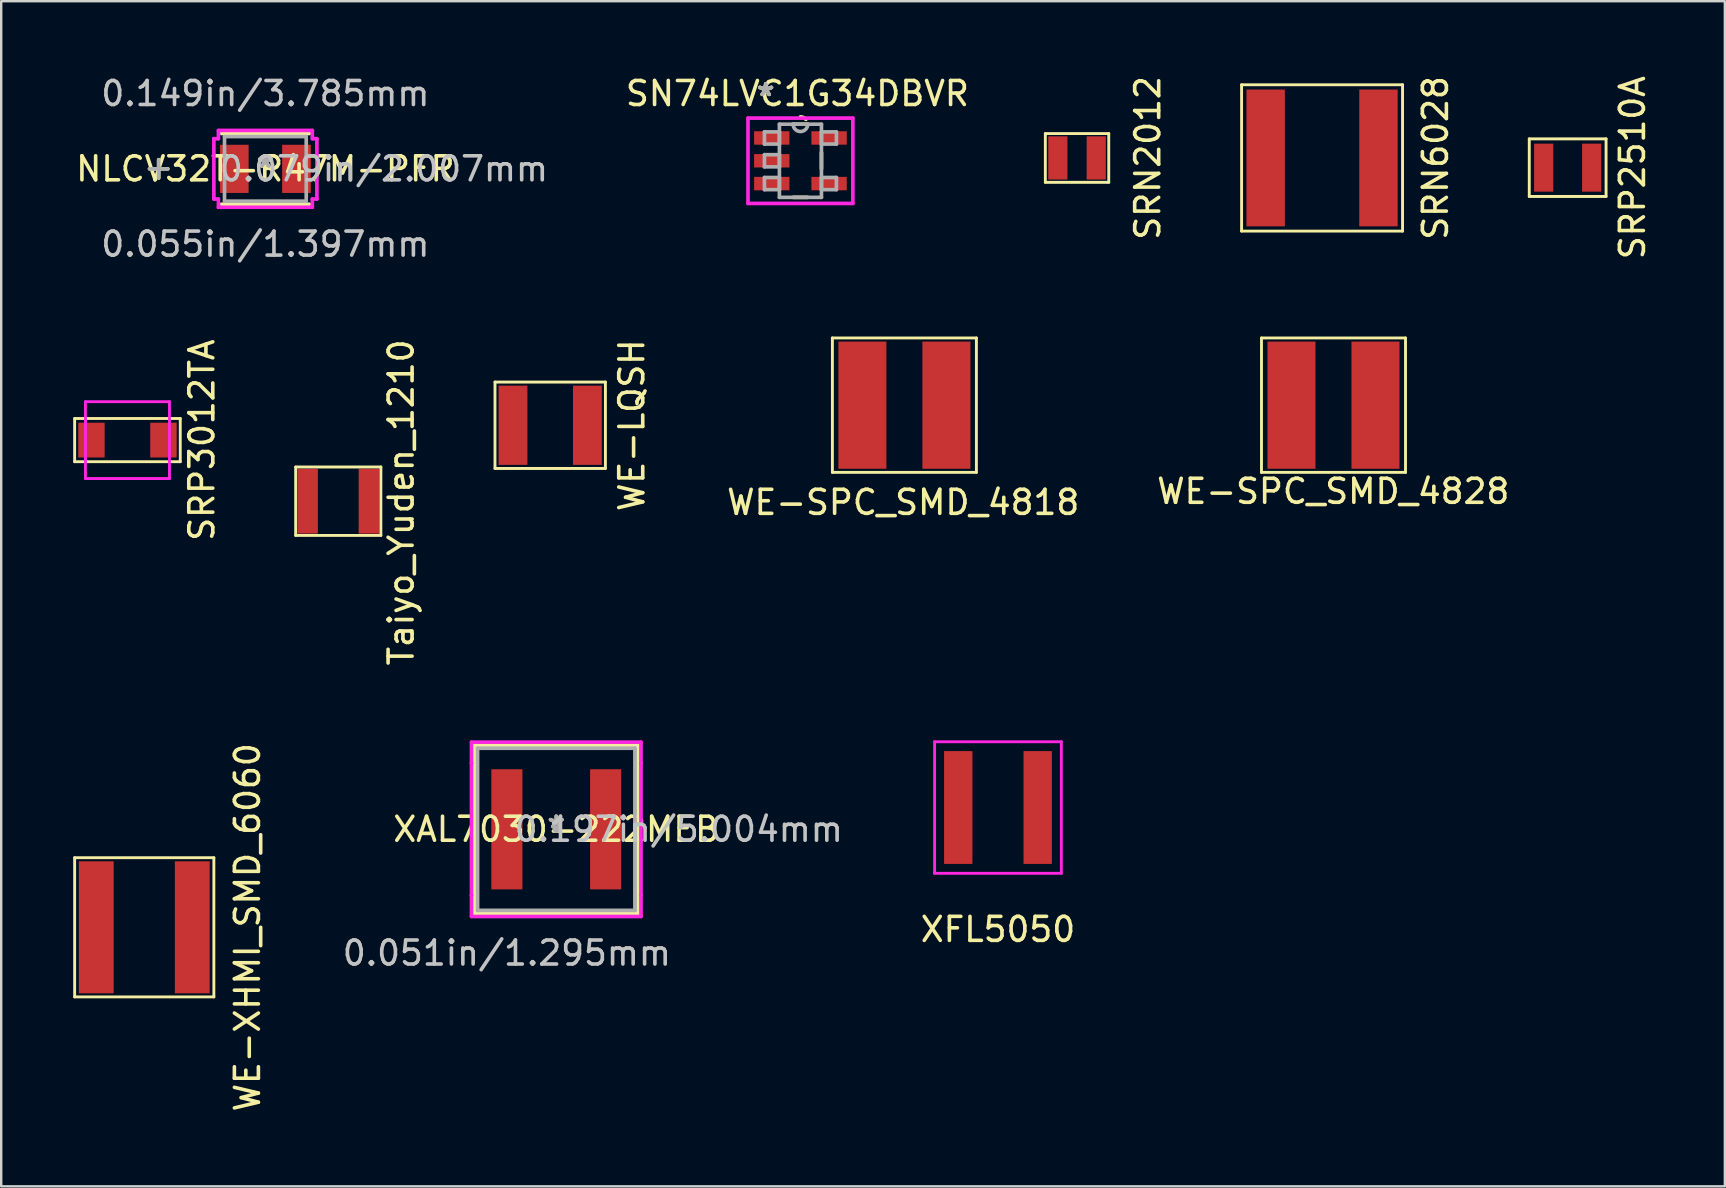
<source format=kicad_pcb>
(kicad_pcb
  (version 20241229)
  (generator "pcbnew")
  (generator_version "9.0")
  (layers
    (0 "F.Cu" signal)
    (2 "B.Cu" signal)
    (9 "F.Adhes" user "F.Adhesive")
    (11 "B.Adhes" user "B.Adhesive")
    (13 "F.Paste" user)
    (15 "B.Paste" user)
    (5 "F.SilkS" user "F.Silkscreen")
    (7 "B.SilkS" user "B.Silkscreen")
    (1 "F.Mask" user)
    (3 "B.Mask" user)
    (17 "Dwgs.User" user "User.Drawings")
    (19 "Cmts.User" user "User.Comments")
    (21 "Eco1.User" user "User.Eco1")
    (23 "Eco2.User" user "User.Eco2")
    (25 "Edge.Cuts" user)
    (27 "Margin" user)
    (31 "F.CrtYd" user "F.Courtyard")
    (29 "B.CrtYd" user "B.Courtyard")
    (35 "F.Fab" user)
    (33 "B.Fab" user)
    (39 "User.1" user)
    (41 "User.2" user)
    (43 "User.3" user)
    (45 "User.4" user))
  (footprint "WE-XHMI_SMD_6060"
    (layer "F.Cu")
    (at 2.96 35.583)
    (property "Reference" "WE-XHMI_SMD_6060" (at 4.3 0 90) (layer "F.SilkS") (effects (font (size 1 1) (thickness 0.15))))
    (attr through_hole)
    (fp_line (start -2.9 -2.9) (end 2.9 -2.9) (stroke (width 0.12) (type solid)) (layer "F.SilkS"))
    (fp_line (start -2.9 2.9) (end -2.9 -2.9) (stroke (width 0.12) (type solid)) (layer "F.SilkS"))
    (fp_line (start 2.9 -2.9) (end 2.9 2.9) (stroke (width 0.12) (type solid)) (layer "F.SilkS"))
    (fp_line (start 2.9 2.9) (end -2.9 2.9) (stroke (width 0.12) (type solid)) (layer "F.SilkS"))
    (pad "1" smd rect (at -2 0) (size 1.45 5.5) (layers "F.Cu" "F.Mask" "F.Paste"))
    (pad "2" smd rect (at 2 0) (size 1.45 5.5) (layers "F.Cu" "F.Mask" "F.Paste")))
  (footprint "WE-SPC_SMD_4828"
    (layer "F.Cu")
    (at 52.505 13.83)
    (property "Reference" "WE-SPC_SMD_4828" (at -0.01 3.59 180) (layer "F.SilkS") (effects (font (size 1 1) (thickness 0.15))))
    (attr through_hole)
    (fp_line (start -3 -2.8) (end 3 -2.8) (stroke (width 0.12) (type solid)) (layer "F.SilkS"))
    (fp_line (start -3 2.8) (end -3 -2.8) (stroke (width 0.12) (type solid)) (layer "F.SilkS"))
    (fp_line (start 3 -2.8) (end 3 2.8) (stroke (width 0.12) (type solid)) (layer "F.SilkS"))
    (fp_line (start 3 2.8) (end -3 2.8) (stroke (width 0.12) (type solid)) (layer "F.SilkS"))
    (pad "1" smd rect (at -1.75 0) (size 2 5.3) (layers "F.Cu" "F.Mask" "F.Paste"))
    (pad "2" smd rect (at 1.75 0) (size 2 5.3) (layers "F.Cu" "F.Mask" "F.Paste")))
  (footprint "SN74LVC1G34DBVR"
    (layer "F.Cu")
    (at 30.297 3.648)
    (property "Reference" "SN74LVC1G34DBVR" (at -0.125 -2.8 0) (layer "F.SilkS") (effects (font (size 1 1) (thickness 0.15))))
    (attr through_hole)
    (fp_line (start -0.303 1.524) (end 0.303 1.524) (stroke (width 0.152) (type solid)) (layer "F.SilkS"))
    (fp_line (start 0.303 -1.524) (end -0.303 -1.524) (stroke (width 0.152) (type solid)) (layer "F.SilkS"))
    (fp_line (start 0.876 0.338) (end 0.876 -0.338) (stroke (width 0.152) (type solid)) (layer "F.SilkS"))
    (fp_arc (start 0 -1.8288) (mid 0.124872 -1.802047) (end 0.227823 -1.726484) (stroke (width 0.1524) (type solid)) (layer "F.SilkS"))
    (fp_line (start -2.184 -1.778) (end 2.184 -1.778) (stroke (width 0.152) (type solid)) (layer "F.CrtYd"))
    (fp_line (start -2.184 1.778) (end -2.184 -1.778) (stroke (width 0.152) (type solid)) (layer "F.CrtYd"))
    (fp_line (start 2.184 -1.778) (end 2.184 1.778) (stroke (width 0.152) (type solid)) (layer "F.CrtYd"))
    (fp_line (start 2.184 1.778) (end -2.184 1.778) (stroke (width 0.152) (type solid)) (layer "F.CrtYd"))
    (fp_line (start -1.499 -1.204) (end -1.499 -0.696) (stroke (width 0.152) (type solid)) (layer "F.Fab"))
    (fp_line (start -1.499 -0.696) (end -0.876 -0.696) (stroke (width 0.152) (type solid)) (layer "F.Fab"))
    (fp_line (start -1.499 -0.254) (end -1.499 0.254) (stroke (width 0.152) (type solid)) (layer "F.Fab"))
    (fp_line (start -1.499 0.254) (end -0.876 0.254) (stroke (width 0.152) (type solid)) (layer "F.Fab"))
    (fp_line (start -1.499 0.696) (end -1.499 1.204) (stroke (width 0.152) (type solid)) (layer "F.Fab"))
    (fp_line (start -1.499 1.204) (end -0.876 1.204) (stroke (width 0.152) (type solid)) (layer "F.Fab"))
    (fp_line (start -0.876 -1.524) (end -0.876 1.524) (stroke (width 0.152) (type solid)) (layer "F.Fab"))
    (fp_line (start -0.876 -1.204) (end -1.499 -1.204) (stroke (width 0.152) (type solid)) (layer "F.Fab"))
    (fp_line (start -0.876 -0.696) (end -0.876 -1.204) (stroke (width 0.152) (type solid)) (layer "F.Fab"))
    (fp_line (start -0.876 -0.254) (end -1.499 -0.254) (stroke (width 0.152) (type solid)) (layer "F.Fab"))
    (fp_line (start -0.876 0.254) (end -0.876 -0.254) (stroke (width 0.152) (type solid)) (layer "F.Fab"))
    (fp_line (start -0.876 0.696) (end -1.499 0.696) (stroke (width 0.152) (type solid)) (layer "F.Fab"))
    (fp_line (start -0.876 1.204) (end -0.876 0.696) (stroke (width 0.152) (type solid)) (layer "F.Fab"))
    (fp_line (start -0.876 1.524) (end 0.876 1.524) (stroke (width 0.152) (type solid)) (layer "F.Fab"))
    (fp_line (start 0.876 -1.524) (end -0.876 -1.524) (stroke (width 0.152) (type solid)) (layer "F.Fab"))
    (fp_line (start 0.876 -1.204) (end 0.876 -0.696) (stroke (width 0.152) (type solid)) (layer "F.Fab"))
    (fp_line (start 0.876 -0.696) (end 1.499 -0.696) (stroke (width 0.152) (type solid)) (layer "F.Fab"))
    (fp_line (start 0.876 0.696) (end 0.876 1.204) (stroke (width 0.152) (type solid)) (layer "F.Fab"))
    (fp_line (start 0.876 1.204) (end 1.499 1.204) (stroke (width 0.152) (type solid)) (layer "F.Fab"))
    (fp_line (start 0.876 1.524) (end 0.876 -1.524) (stroke (width 0.152) (type solid)) (layer "F.Fab"))
    (fp_line (start 1.499 -1.204) (end 0.876 -1.204) (stroke (width 0.152) (type solid)) (layer "F.Fab"))
    (fp_line (start 1.499 -0.696) (end 1.499 -1.204) (stroke (width 0.152) (type solid)) (layer "F.Fab"))
    (fp_line (start 1.499 0.696) (end 0.876 0.696) (stroke (width 0.152) (type solid)) (layer "F.Fab"))
    (fp_line (start 1.499 1.204) (end 1.499 0.696) (stroke (width 0.152) (type solid)) (layer "F.Fab"))
    (fp_arc (start 0.3048 -1.524) (mid 0 -1.2192) (end -0.3048 -1.524) (stroke (width 0.1524) (type solid)) (layer "F.Fab"))
    (fp_text user "*" (at -1.448 -2.652 0) (layer "F.SilkS") (effects (font (size 1 1) (thickness 0.15))))
    (fp_text user "*" (at -1.448 -2.652 0) (layer "F.SilkS") (effects (font (size 1 1) (thickness 0.15))))
    (fp_text user "*" (at -1.448 -2.652 0) (layer "F.Fab") (effects (font (size 1 1) (thickness 0.15))))
    (fp_text user "*" (at -1.448 -2.652 0) (layer "F.Fab") (effects (font (size 1 1) (thickness 0.15))))
    (pad "1" smd rect (at -1.194 -0.95) (size 1.473 0.559) (layers "F.Cu" "F.Mask" "F.Paste"))
    (pad "2" smd rect (at -1.194 0) (size 1.473 0.559) (layers "F.Cu" "F.Mask" "F.Paste"))
    (pad "3" smd rect (at -1.194 0.95) (size 1.473 0.559) (layers "F.Cu" "F.Mask" "F.Paste"))
    (pad "4" smd rect (at 1.194 0.95) (size 1.473 0.559) (layers "F.Cu" "F.Mask" "F.Paste"))
    (pad "5" smd rect (at 1.194 -0.95) (size 1.473 0.559) (layers "F.Cu" "F.Mask" "F.Paste")))
  (footprint "WE-LQSH"
    (layer "F.Cu")
    (at 19.872 14.667)
    (property "Reference" "WE-LQSH" (at 3.4 0 90) (layer "F.SilkS") (effects (font (size 1 1) (thickness 0.15))))
    (attr through_hole)
    (fp_line (start -2.3 -1.8) (end 2.3 -1.8) (stroke (width 0.12) (type solid)) (layer "F.SilkS"))
    (fp_line (start -2.3 1.8) (end -2.3 -1.8) (stroke (width 0.12) (type solid)) (layer "F.SilkS"))
    (fp_line (start 2.3 -1.8) (end 2.3 1.8) (stroke (width 0.12) (type solid)) (layer "F.SilkS"))
    (fp_line (start 2.3 1.8) (end -2.3 1.8) (stroke (width 0.12) (type solid)) (layer "F.SilkS"))
    (pad "1" smd rect (at -1.55 0) (size 1.2 3.3) (layers "F.Cu" "F.Mask" "F.Paste"))
    (pad "2" smd rect (at 1.55 0) (size 1.2 3.3) (layers "F.Cu" "F.Mask" "F.Paste")))
  (footprint "SRN6028"
    (layer "F.Cu")
    (at 52.029 3.53)
    (property "Reference" "SRN6028" (at 4.724 0 270) (layer "F.SilkS") (effects (font (size 1 1) (thickness 0.15))))
    (attr through_hole)
    (fp_line (start -3.353 3.048) (end -3.353 -3.048) (stroke (width 0.12) (type solid)) (layer "F.SilkS"))
    (fp_line (start 3.353 -3.048) (end -3.353 -3.048) (stroke (width 0.12) (type solid)) (layer "F.SilkS"))
    (fp_line (start 3.353 -3.048) (end 3.353 3.048) (stroke (width 0.12) (type solid)) (layer "F.SilkS"))
    (fp_line (start 3.353 3.048) (end -3.353 3.048) (stroke (width 0.12) (type solid)) (layer "F.SilkS"))
    (pad "1" smd rect (at -2.35 0) (size 1.6 5.7) (layers "F.Cu" "F.Mask" "F.Paste"))
    (pad "2" smd rect (at 2.35 0) (size 1.6 5.7) (layers "F.Cu" "F.Mask" "F.Paste")))
  (footprint "SRP3012TA"
    (layer "F.Cu")
    (at 2.26 15.286)
    (property "Reference" "SRP3012TA" (at 3.1 0 90) (layer "F.SilkS") (effects (font (size 1 1) (thickness 0.15))))
    (attr through_hole)
    (fp_line (start -2.2 -0.9) (end 2.2 -0.9) (stroke (width 0.12) (type solid)) (layer "F.SilkS"))
    (fp_line (start -2.2 0.9) (end -2.2 -0.9) (stroke (width 0.12) (type solid)) (layer "F.SilkS"))
    (fp_line (start 2.2 -0.9) (end 2.2 0.9) (stroke (width 0.12) (type solid)) (layer "F.SilkS"))
    (fp_line (start 2.2 0.9) (end -2.2 0.9) (stroke (width 0.12) (type solid)) (layer "F.SilkS"))
    (fp_line (start -1.75 -1.6) (end 1.75 -1.6) (stroke (width 0.12) (type solid)) (layer "F.CrtYd"))
    (fp_line (start -1.75 1.6) (end -1.75 -1.6) (stroke (width 0.12) (type solid)) (layer "F.CrtYd"))
    (fp_line (start 1.75 -1.6) (end 1.75 1.6) (stroke (width 0.12) (type solid)) (layer "F.CrtYd"))
    (fp_line (start 1.75 1.6) (end -1.75 1.6) (stroke (width 0.12) (type solid)) (layer "F.CrtYd"))
    (pad "1" smd rect (at -1.5 0) (size 1.1 1.45) (layers "F.Cu" "F.Mask" "F.Paste"))
    (pad "2" smd rect (at 1.5 0) (size 1.1 1.45) (layers "F.Cu" "F.Mask" "F.Paste")))
  (footprint "Taiyo_Yuden_1210"
    (layer "F.Cu")
    (at 11.043 17.831)
    (property "Reference" "Taiyo_Yuden_1210" (at 2.62 0.05 90) (layer "F.SilkS") (effects (font (size 1 1) (thickness 0.15))))
    (attr through_hole)
    (fp_line (start -1.775 -1.425) (end 1.775 -1.425) (stroke (width 0.12) (type solid)) (layer "F.SilkS"))
    (fp_line (start -1.775 1.425) (end -1.775 -1.425) (stroke (width 0.12) (type solid)) (layer "F.SilkS"))
    (fp_line (start 1.775 -1.425) (end 1.774 1.425) (stroke (width 0.12) (type solid)) (layer "F.SilkS"))
    (fp_line (start 1.775 1.425) (end -1.775 1.425) (stroke (width 0.12) (type solid)) (layer "F.SilkS"))
    (pad "1" smd rect (at -1.275 0) (size 0.85 2.7) (layers "F.Cu" "F.Mask" "F.Paste"))
    (pad "2" smd rect (at 1.275 0) (size 0.85 2.7) (layers "F.Cu" "F.Mask" "F.Paste")))
  (footprint "WE-SPC_SMD_4818"
    (layer "F.Cu")
    (at 34.628 13.83)
    (property "Reference" "WE-SPC_SMD_4818" (at -0.05 4.05 180) (layer "F.SilkS") (effects (font (size 1 1) (thickness 0.15))))
    (attr through_hole)
    (fp_line (start -3 -2.8) (end 3 -2.8) (stroke (width 0.12) (type solid)) (layer "F.SilkS"))
    (fp_line (start -3 2.8) (end -3 -2.8) (stroke (width 0.12) (type solid)) (layer "F.SilkS"))
    (fp_line (start 3 -2.8) (end 3 2.8) (stroke (width 0.12) (type solid)) (layer "F.SilkS"))
    (fp_line (start 3 2.8) (end -3 2.8) (stroke (width 0.12) (type solid)) (layer "F.SilkS"))
    (pad "1" smd rect (at -1.75 0) (size 2 5.3) (layers "F.Cu" "F.Mask" "F.Paste"))
    (pad "2" smd rect (at 1.75 0) (size 2 5.3) (layers "F.Cu" "F.Mask" "F.Paste")))
  (footprint "NLCV32T-R47M-PFR"
    (layer "F.Cu")
    (at 8.006 3.985)
    (property "Reference" "NLCV32T-R47M-PFR" (at 0 0 0) (layer "F.SilkS") (effects (font (size 1 1) (thickness 0.15))))
    (attr through_hole)
    (fp_line (start -4.445 -0.381) (end -4.445 0.381) (stroke (width 0.152) (type solid)) (layer "F.SilkS"))
    (fp_line (start -4.064 0) (end -4.826 0) (stroke (width 0.152) (type solid)) (layer "F.SilkS"))
    (fp_line (start -1.829 1.473) (end 1.829 1.473) (stroke (width 0.152) (type solid)) (layer "F.SilkS"))
    (fp_line (start 1.829 -1.473) (end -1.829 -1.473) (stroke (width 0.152) (type solid)) (layer "F.SilkS"))
    (fp_line (start -2.146 -1.257) (end -1.956 -1.257) (stroke (width 0.152) (type solid)) (layer "F.CrtYd"))
    (fp_line (start -2.146 1.257) (end -2.146 -1.257) (stroke (width 0.152) (type solid)) (layer "F.CrtYd"))
    (fp_line (start -1.956 -1.6) (end 1.956 -1.6) (stroke (width 0.152) (type solid)) (layer "F.CrtYd"))
    (fp_line (start -1.956 -1.257) (end -1.956 -1.6) (stroke (width 0.152) (type solid)) (layer "F.CrtYd"))
    (fp_line (start -1.956 1.257) (end -2.146 1.257) (stroke (width 0.152) (type solid)) (layer "F.CrtYd"))
    (fp_line (start -1.956 1.6) (end -1.956 1.257) (stroke (width 0.152) (type solid)) (layer "F.CrtYd"))
    (fp_line (start 1.956 -1.6) (end 1.956 -1.257) (stroke (width 0.152) (type solid)) (layer "F.CrtYd"))
    (fp_line (start 1.956 -1.257) (end 2.146 -1.257) (stroke (width 0.152) (type solid)) (layer "F.CrtYd"))
    (fp_line (start 1.956 1.257) (end 1.956 1.6) (stroke (width 0.152) (type solid)) (layer "F.CrtYd"))
    (fp_line (start 1.956 1.6) (end -1.956 1.6) (stroke (width 0.152) (type solid)) (layer "F.CrtYd"))
    (fp_line (start 2.146 -1.257) (end 2.146 1.257) (stroke (width 0.152) (type solid)) (layer "F.CrtYd"))
    (fp_line (start 2.146 1.257) (end 1.956 1.257) (stroke (width 0.152) (type solid)) (layer "F.CrtYd"))
    (fp_line (start -4.445 -0.381) (end -4.445 0.381) (stroke (width 0.152) (type solid)) (layer "F.Fab"))
    (fp_line (start -4.064 0) (end -4.826 0) (stroke (width 0.152) (type solid)) (layer "F.Fab"))
    (fp_line (start -1.702 -1.346) (end -1.702 1.346) (stroke (width 0.152) (type solid)) (layer "F.Fab"))
    (fp_line (start -1.702 1.346) (end 1.702 1.346) (stroke (width 0.152) (type solid)) (layer "F.Fab"))
    (fp_line (start 1.702 -1.346) (end -1.702 -1.346) (stroke (width 0.152) (type solid)) (layer "F.Fab"))
    (fp_line (start 1.702 1.346) (end 1.702 -1.346) (stroke (width 0.152) (type solid)) (layer "F.Fab"))
    (fp_text user "*" (at 0 0 0) (layer "F.SilkS") (effects (font (size 1 1) (thickness 0.15))))
    (fp_text user "0.149in/3.785mm" (at 0 -3.137 0) (layer "Dwgs.User") (effects (font (size 1 1) (thickness 0.15))))
    (fp_text user "0.055in/1.397mm" (at 0 3.137 0) (layer "Dwgs.User") (effects (font (size 1 1) (thickness 0.15))))
    (fp_text user "0.079in/2.007mm" (at 4.94 0 0) (layer "Dwgs.User") (effects (font (size 1 1) (thickness 0.15))))
    (fp_text user "Copyright 2016 Accelerated Designs. All rights reserved." (at 0 0 0) (layer "Cmts.User") (effects (font (size 0.127 0.127) (thickness 0.002))))
    (fp_text user "*" (at 0 0 0) (layer "F.Fab") (effects (font (size 1 1) (thickness 0.15))))
    (pad "1" smd rect (at -1.295 0) (size 1.194 2.007) (layers "F.Cu" "F.Mask" "F.Paste"))
    (pad "2" smd rect (at 1.295 0) (size 1.194 2.007) (layers "F.Cu" "F.Mask" "F.Paste")))
  (footprint "XAL7030-222MEB"
    (layer "F.Cu")
    (at 20.124 31.5)
    (property "Reference" "XAL7030-222MEB" (at 0 0 0) (layer "F.SilkS") (effects (font (size 1 1) (thickness 0.15))))
    (attr through_hole)
    (fp_line (start -3.404 -3.505) (end -3.404 3.505) (stroke (width 0.152) (type solid)) (layer "F.SilkS"))
    (fp_line (start -3.404 3.505) (end 3.404 3.505) (stroke (width 0.152) (type solid)) (layer "F.SilkS"))
    (fp_line (start 3.404 -3.505) (end -3.404 -3.505) (stroke (width 0.152) (type solid)) (layer "F.SilkS"))
    (fp_line (start 3.404 3.505) (end 3.404 -3.505) (stroke (width 0.152) (type solid)) (layer "F.SilkS"))
    (fp_line (start -3.531 -3.632) (end 3.531 -3.632) (stroke (width 0.152) (type solid)) (layer "F.CrtYd"))
    (fp_line (start -3.531 -2.756) (end -3.531 -3.632) (stroke (width 0.152) (type solid)) (layer "F.CrtYd"))
    (fp_line (start -3.531 -2.756) (end -3.531 -2.756) (stroke (width 0.152) (type solid)) (layer "F.CrtYd"))
    (fp_line (start -3.531 2.756) (end -3.531 -2.756) (stroke (width 0.152) (type solid)) (layer "F.CrtYd"))
    (fp_line (start -3.531 2.756) (end -3.531 2.756) (stroke (width 0.152) (type solid)) (layer "F.CrtYd"))
    (fp_line (start -3.531 3.632) (end -3.531 2.756) (stroke (width 0.152) (type solid)) (layer "F.CrtYd"))
    (fp_line (start 3.531 -3.632) (end 3.531 -2.756) (stroke (width 0.152) (type solid)) (layer "F.CrtYd"))
    (fp_line (start 3.531 -2.756) (end 3.531 -2.756) (stroke (width 0.152) (type solid)) (layer "F.CrtYd"))
    (fp_line (start 3.531 -2.756) (end 3.531 2.756) (stroke (width 0.152) (type solid)) (layer "F.CrtYd"))
    (fp_line (start 3.531 2.756) (end 3.531 2.756) (stroke (width 0.152) (type solid)) (layer "F.CrtYd"))
    (fp_line (start 3.531 2.756) (end 3.531 3.632) (stroke (width 0.152) (type solid)) (layer "F.CrtYd"))
    (fp_line (start 3.531 3.632) (end -3.531 3.632) (stroke (width 0.152) (type solid)) (layer "F.CrtYd"))
    (fp_line (start -3.277 -3.378) (end -3.277 3.378) (stroke (width 0.152) (type solid)) (layer "F.Fab"))
    (fp_line (start -3.277 3.378) (end 3.277 3.378) (stroke (width 0.152) (type solid)) (layer "F.Fab"))
    (fp_line (start 3.277 -3.378) (end -3.277 -3.378) (stroke (width 0.152) (type solid)) (layer "F.Fab"))
    (fp_line (start 3.277 3.378) (end 3.277 -3.378) (stroke (width 0.152) (type solid)) (layer "F.Fab"))
    (fp_circle (center 0 0) (end 0 0) (stroke (width 0.152) (type solid)) (fill no) (layer "F.Fab"))
    (fp_text user "*" (at 0 0 0) (layer "F.SilkS") (effects (font (size 1 1) (thickness 0.15))))
    (fp_text user "0.197in/5.004mm" (at 5.105 0 0) (layer "Dwgs.User") (effects (font (size 1 1) (thickness 0.15))))
    (fp_text user "0.051in/1.295mm" (at -2.057 5.156 0) (layer "Dwgs.User") (effects (font (size 1 1) (thickness 0.15))))
    (fp_text user "Copyright 2016 Accelerated Designs. All rights reserved." (at 0 0 0) (layer "Cmts.User") (effects (font (size 0.127 0.127) (thickness 0.002))))
    (fp_text user "*" (at 0 0 0) (layer "F.Fab") (effects (font (size 1 1) (thickness 0.15))))
    (pad "1" smd rect (at -2.057 0) (size 1.295 5.004) (layers "F.Cu" "F.Mask" "F.Paste"))
    (pad "2" smd rect (at 2.057 0) (size 1.295 5.004) (layers "F.Cu" "F.Mask" "F.Paste")))
  (footprint "XFL5050"
    (layer "F.Cu")
    (at 38.527 30.592)
    (property "Reference" "XFL5050" (at 0 5.08 0) (layer "F.SilkS") (effects (font (size 1 1) (thickness 0.15))))
    (attr through_hole)
    (fp_line (start -2.64 -2.74) (end 2.64 -2.74) (stroke (width 0.12) (type solid)) (layer "F.CrtYd"))
    (fp_line (start -2.64 2.74) (end -2.64 -2.74) (stroke (width 0.12) (type solid)) (layer "F.CrtYd"))
    (fp_line (start 2.64 -2.74) (end 2.64 2.74) (stroke (width 0.12) (type solid)) (layer "F.CrtYd"))
    (fp_line (start 2.64 2.74) (end -2.64 2.74) (stroke (width 0.12) (type solid)) (layer "F.CrtYd"))
    (pad "1" smd rect (at -1.655 0) (size 1.18 4.7) (layers "F.Cu" "F.Mask" "F.Paste"))
    (pad "2" smd rect (at 1.655 0) (size 1.18 4.7) (layers "F.Cu" "F.Mask" "F.Paste")))
  (footprint "SRN2012"
    (layer "F.Cu")
    (at 41.821 3.53)
    (property "Reference" "SRN2012" (at 2.946 0 90) (layer "F.SilkS") (effects (font (size 1 1) (thickness 0.15))))
    (attr through_hole)
    (fp_line (start -1.321 -1.016) (end 1.321 -1.016) (stroke (width 0.12) (type solid)) (layer "F.SilkS"))
    (fp_line (start -1.321 1.016) (end -1.321 -1.016) (stroke (width 0.12) (type solid)) (layer "F.SilkS"))
    (fp_line (start 1.321 -1.016) (end 1.321 1.016) (stroke (width 0.12) (type solid)) (layer "F.SilkS"))
    (fp_line (start 1.321 1.016) (end -1.321 1.016) (stroke (width 0.12) (type solid)) (layer "F.SilkS"))
    (pad "1" smd rect (at -0.8 0) (size 0.8 1.8) (layers "F.Cu" "F.Mask" "F.Paste"))
    (pad "2" smd rect (at 0.8 0) (size 0.8 1.8) (layers "F.Cu" "F.Mask" "F.Paste")))
  (footprint "SRP2510A"
    (layer "F.Cu")
    (at 62.261 3.935)
    (property "Reference" "SRP2510A" (at 2.7 0 90) (layer "F.SilkS") (effects (font (size 1 1) (thickness 0.15))))
    (attr through_hole)
    (fp_line (start -1.6 -1.2) (end 1.6 -1.2) (stroke (width 0.12) (type solid)) (layer "F.SilkS"))
    (fp_line (start -1.6 1.2) (end -1.6 -1.2) (stroke (width 0.12) (type solid)) (layer "F.SilkS"))
    (fp_line (start 1.6 -1.2) (end 1.6 1.2) (stroke (width 0.12) (type solid)) (layer "F.SilkS"))
    (fp_line (start 1.6 1.2) (end -1.6 1.2) (stroke (width 0.12) (type solid)) (layer "F.SilkS"))
    (pad "1" smd rect (at -1 0) (size 0.8 2) (layers "F.Cu" "F.Mask" "F.Paste"))
    (pad "2" smd rect (at 1 0) (size 0.8 2) (layers "F.Cu" "F.Mask" "F.Paste")))
  (gr_rect
    (start -3 -3)
    (end 68.809 46.375)
    (stroke (width 0.1) (type default))
    (fill no)
    (layer "Edge.Cuts")))
</source>
